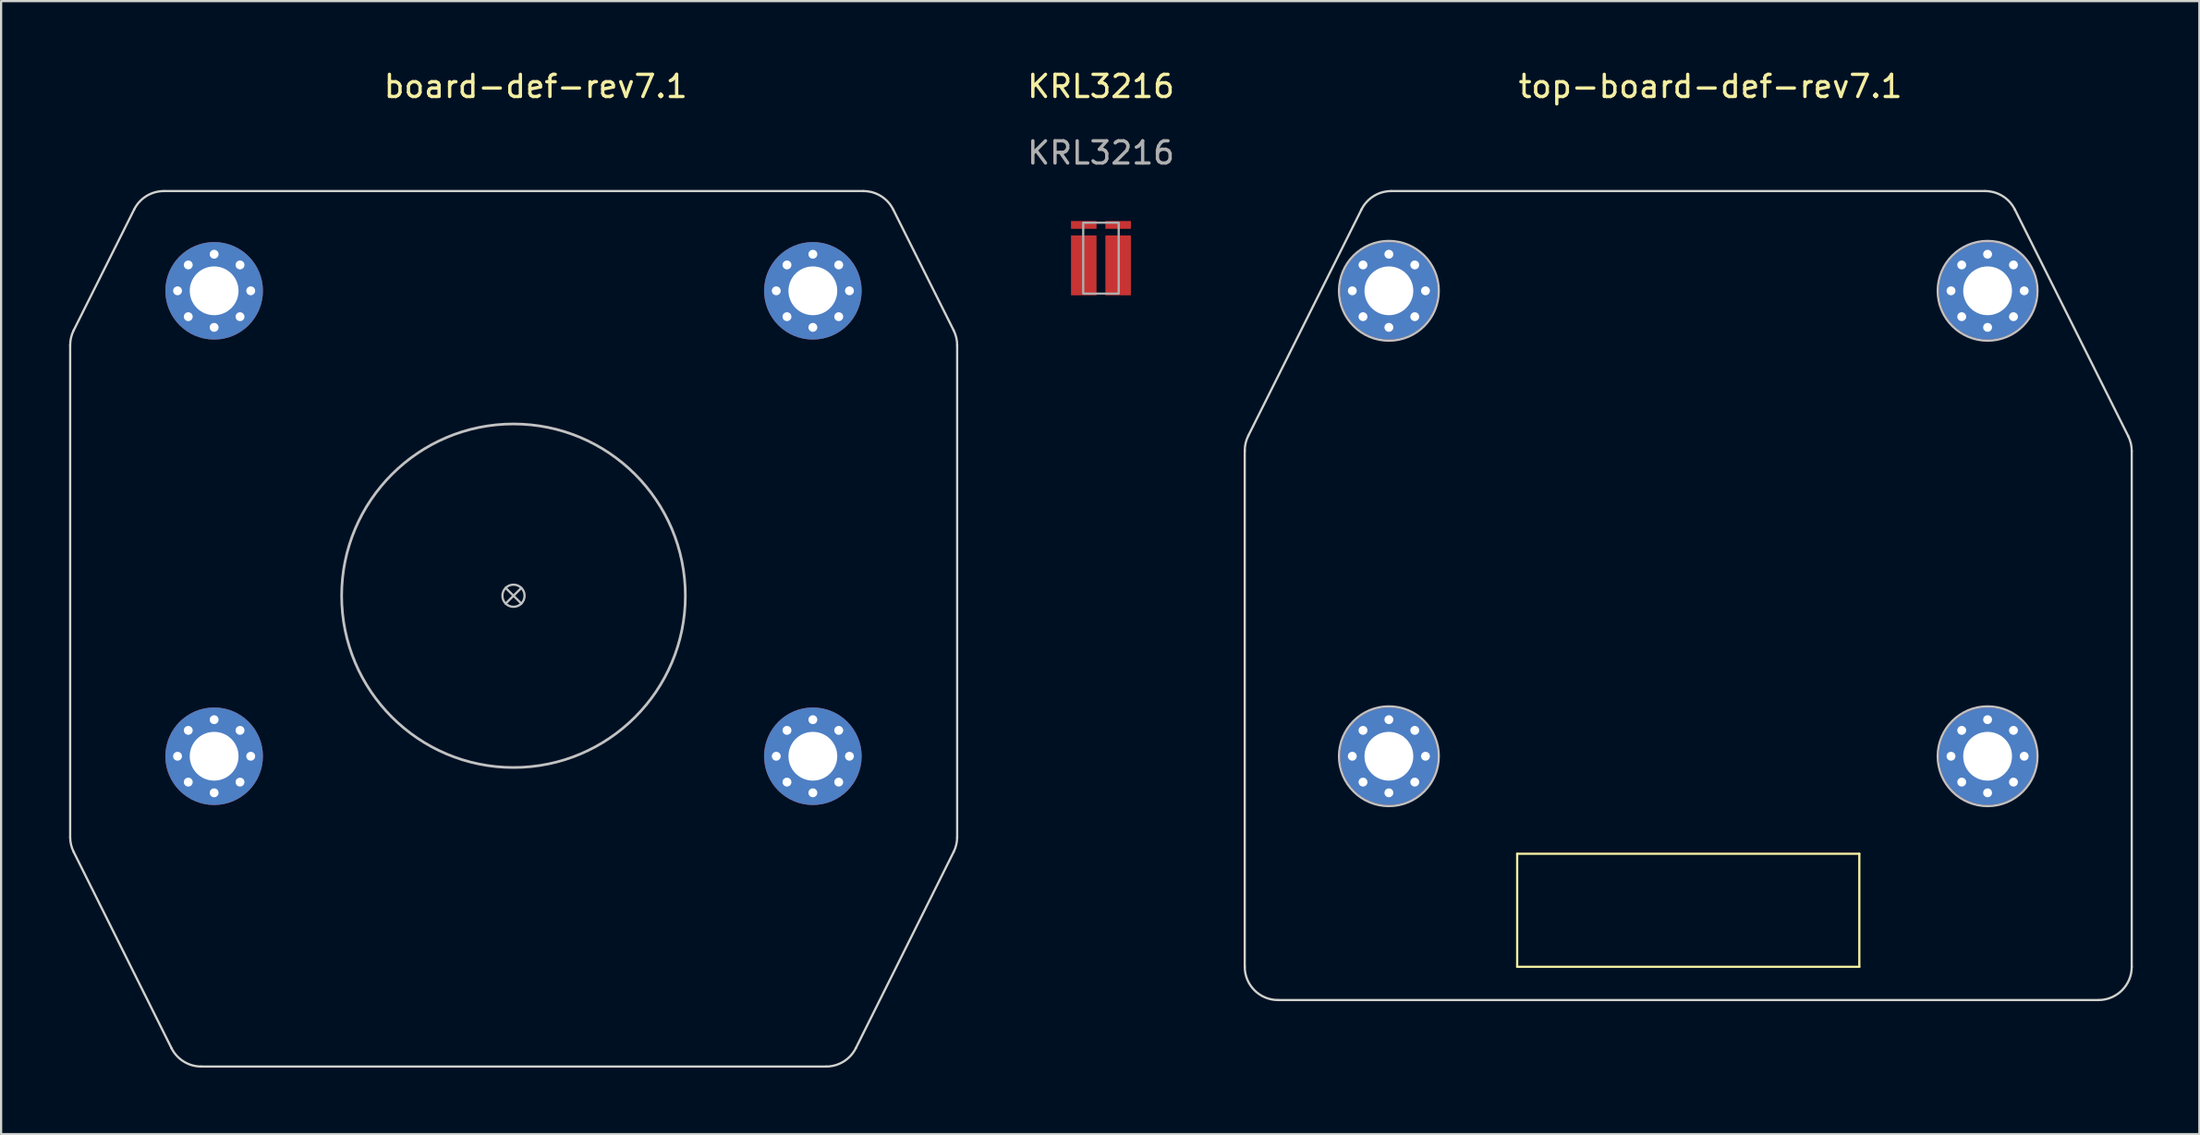
<source format=kicad_pcb>
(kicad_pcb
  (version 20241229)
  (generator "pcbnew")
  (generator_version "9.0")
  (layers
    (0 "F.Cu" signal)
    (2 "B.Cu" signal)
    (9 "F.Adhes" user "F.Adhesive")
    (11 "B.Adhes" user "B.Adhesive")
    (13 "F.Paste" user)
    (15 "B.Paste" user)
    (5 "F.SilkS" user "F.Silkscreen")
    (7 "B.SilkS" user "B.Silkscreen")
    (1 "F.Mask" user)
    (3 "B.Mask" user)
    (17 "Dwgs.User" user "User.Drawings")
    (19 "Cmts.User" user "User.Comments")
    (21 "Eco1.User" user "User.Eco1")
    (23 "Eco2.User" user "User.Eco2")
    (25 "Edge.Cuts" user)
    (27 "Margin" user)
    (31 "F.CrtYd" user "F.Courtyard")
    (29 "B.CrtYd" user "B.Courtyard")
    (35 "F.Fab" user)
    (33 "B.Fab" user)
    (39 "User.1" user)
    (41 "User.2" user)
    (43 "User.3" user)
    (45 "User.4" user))
  (footprint "top-board-def-rev7.1"
    (layer "F.Cu")
    (at 73.084 20.348)
    (property "Reference" "top-board-def-rev7.1" (at 1 -19.5 0) (unlocked yes) (layer "F.SilkS") (effects (font (size 1 1) (thickness 0.15))))
    (fp_line (start -7.715 15.123) (end 7.715 15.123) (stroke (width 0.1) (type solid)) (layer "F.SilkS"))
    (fp_line (start -7.715 20.223) (end -7.715 15.123) (stroke (width 0.1) (type solid)) (layer "F.SilkS"))
    (fp_line (start -7.715 20.223) (end 7.715 20.223) (stroke (width 0.1) (type solid)) (layer "F.SilkS"))
    (fp_line (start 7.715 20.223) (end 7.715 15.123) (stroke (width 0.1) (type solid)) (layer "F.SilkS"))
    (fp_circle (center -13.5 -10.277) (end -15.75 -10.277) (stroke (width 0.1) (type solid)) (fill no) (layer "Dwgs.User"))
    (fp_circle (center -13.5 10.723) (end -15.75 10.723) (stroke (width 0.1) (type solid)) (fill no) (layer "Dwgs.User"))
    (fp_circle (center 13.5 -10.277) (end 11.25 -10.277) (stroke (width 0.1) (type solid)) (fill no) (layer "Dwgs.User"))
    (fp_circle (center 13.5 10.723) (end 11.25 10.723) (stroke (width 0.1) (type solid)) (fill no) (layer "Dwgs.User"))
    (fp_line (start -20 -3.064) (end -20 20.223) (stroke (width 0.1) (type solid)) (layer "Edge.Cuts"))
    (fp_line (start -18.5 21.723) (end 18.5 21.723) (stroke (width 0.1) (type solid)) (layer "Edge.Cuts"))
    (fp_line (start -14.735 -13.948) (end -19.842 -3.735) (stroke (width 0.1) (type solid)) (layer "Edge.Cuts"))
    (fp_line (start 13.386 -14.777) (end -13.394 -14.777) (stroke (width 0.1) (type solid)) (layer "Edge.Cuts"))
    (fp_line (start 19.842 -3.72) (end 14.728 -13.948) (stroke (width 0.1) (type solid)) (layer "Edge.Cuts"))
    (fp_line (start 20 20.223) (end 20 -3.049) (stroke (width 0.1) (type solid)) (layer "Edge.Cuts"))
    (fp_arc (start -19.999997 -3.064164) (mid -19.95987 -3.408794) (end -19.841638 -3.734985) (stroke (width 0.1) (type solid)) (layer "Edge.Cuts"))
    (fp_arc (start -18.499992 21.723002) (mid -19.560647 21.283657) (end -19.999992 20.223002) (stroke (width 0.1) (type solid)) (layer "Edge.Cuts"))
    (fp_arc (start -14.735221 -13.94782) (mid -14.182176 -14.552975) (end -13.39358 -14.776999) (stroke (width 0.1) (type solid)) (layer "Edge.Cuts"))
    (fp_arc (start 13.38623 -14.777) (mid 14.174827 -14.552977) (end 14.727871 -13.94782) (stroke (width 0.1) (type solid)) (layer "Edge.Cuts"))
    (fp_arc (start 19.841641 -3.720279) (mid 19.959875 -3.394088) (end 20 -3.049458) (stroke (width 0.1) (type solid)) (layer "Edge.Cuts"))
    (fp_arc (start 20.000001 20.222989) (mid 19.560667 21.283653) (end 18.500002 21.722989) (stroke (width 0.1) (type solid)) (layer "Edge.Cuts"))
    (pad "1" thru_hole circle (at -15.15 -10.277) (size 0.7 0.7) (drill 0.4) (layers "*.Cu" "*.Mask"))
    (pad "1" thru_hole circle (at -15.15 10.723) (size 0.7 0.7) (drill 0.4) (layers "*.Cu" "*.Mask"))
    (pad "1" thru_hole circle (at -14.667 -11.444) (size 0.7 0.7) (drill 0.4) (layers "*.Cu" "*.Mask"))
    (pad "1" thru_hole circle (at -14.667 -9.11) (size 0.7 0.7) (drill 0.4) (layers "*.Cu" "*.Mask"))
    (pad "1" thru_hole circle (at -14.667 9.556) (size 0.7 0.7) (drill 0.4) (layers "*.Cu" "*.Mask"))
    (pad "1" thru_hole circle (at -14.667 11.89) (size 0.7 0.7) (drill 0.4) (layers "*.Cu" "*.Mask"))
    (pad "1" thru_hole circle (at -13.5 -11.927) (size 0.7 0.7) (drill 0.4) (layers "*.Cu" "*.Mask"))
    (pad "1" thru_hole circle (at -13.5 -10.277) (size 4.4 4.4) (drill 2.2) (layers "*.Cu" "*.Mask"))
    (pad "1" thru_hole circle (at -13.5 -8.627) (size 0.7 0.7) (drill 0.4) (layers "*.Cu" "*.Mask"))
    (pad "1" thru_hole circle (at -13.5 9.073) (size 0.7 0.7) (drill 0.4) (layers "*.Cu" "*.Mask"))
    (pad "1" thru_hole circle (at -13.5 10.723) (size 4.4 4.4) (drill 2.2) (layers "*.Cu" "*.Mask"))
    (pad "1" thru_hole circle (at -13.5 12.373) (size 0.7 0.7) (drill 0.4) (layers "*.Cu" "*.Mask"))
    (pad "1" thru_hole circle (at -12.333 -11.444) (size 0.7 0.7) (drill 0.4) (layers "*.Cu" "*.Mask"))
    (pad "1" thru_hole circle (at -12.333 -9.11) (size 0.7 0.7) (drill 0.4) (layers "*.Cu" "*.Mask"))
    (pad "1" thru_hole circle (at -12.333 9.556) (size 0.7 0.7) (drill 0.4) (layers "*.Cu" "*.Mask"))
    (pad "1" thru_hole circle (at -12.333 11.89) (size 0.7 0.7) (drill 0.4) (layers "*.Cu" "*.Mask"))
    (pad "1" thru_hole circle (at -11.85 -10.277) (size 0.7 0.7) (drill 0.4) (layers "*.Cu" "*.Mask"))
    (pad "1" thru_hole circle (at -11.85 10.723) (size 0.7 0.7) (drill 0.4) (layers "*.Cu" "*.Mask"))
    (pad "1" thru_hole circle (at 11.85 -10.277) (size 0.7 0.7) (drill 0.4) (layers "*.Cu" "*.Mask"))
    (pad "1" thru_hole circle (at 11.85 10.723) (size 0.7 0.7) (drill 0.4) (layers "*.Cu" "*.Mask"))
    (pad "1" thru_hole circle (at 12.333 -11.444) (size 0.7 0.7) (drill 0.4) (layers "*.Cu" "*.Mask"))
    (pad "1" thru_hole circle (at 12.333 -9.11) (size 0.7 0.7) (drill 0.4) (layers "*.Cu" "*.Mask"))
    (pad "1" thru_hole circle (at 12.333 9.556) (size 0.7 0.7) (drill 0.4) (layers "*.Cu" "*.Mask"))
    (pad "1" thru_hole circle (at 12.333 11.89) (size 0.7 0.7) (drill 0.4) (layers "*.Cu" "*.Mask"))
    (pad "1" thru_hole circle (at 13.5 -11.927) (size 0.7 0.7) (drill 0.4) (layers "*.Cu" "*.Mask"))
    (pad "1" thru_hole circle (at 13.5 -10.277) (size 4.4 4.4) (drill 2.2) (layers "*.Cu" "*.Mask"))
    (pad "1" thru_hole circle (at 13.5 -8.627) (size 0.7 0.7) (drill 0.4) (layers "*.Cu" "*.Mask"))
    (pad "1" thru_hole circle (at 13.5 9.073) (size 0.7 0.7) (drill 0.4) (layers "*.Cu" "*.Mask"))
    (pad "1" thru_hole circle (at 13.5 10.723) (size 4.4 4.4) (drill 2.2) (layers "*.Cu" "*.Mask"))
    (pad "1" thru_hole circle (at 13.5 12.373) (size 0.7 0.7) (drill 0.4) (layers "*.Cu" "*.Mask"))
    (pad "1" thru_hole circle (at 14.667 -11.444) (size 0.7 0.7) (drill 0.4) (layers "*.Cu" "*.Mask"))
    (pad "1" thru_hole circle (at 14.667 -9.11) (size 0.7 0.7) (drill 0.4) (layers "*.Cu" "*.Mask"))
    (pad "1" thru_hole circle (at 14.667 9.556) (size 0.7 0.7) (drill 0.4) (layers "*.Cu" "*.Mask"))
    (pad "1" thru_hole circle (at 14.667 11.89) (size 0.7 0.7) (drill 0.4) (layers "*.Cu" "*.Mask"))
    (pad "1" thru_hole circle (at 15.15 -10.277) (size 0.7 0.7) (drill 0.4) (layers "*.Cu" "*.Mask"))
    (pad "1" thru_hole circle (at 15.15 10.723) (size 0.7 0.7) (drill 0.4) (layers "*.Cu" "*.Mask")))
  (footprint "board-def-rev7.1"
    (layer "F.Cu")
    (at 20.107 20.348)
    (property "Reference" "board-def-rev7.1" (at 1 -19.5 0) (unlocked yes) (layer "F.SilkS") (effects (font (size 1 1) (thickness 0.15))))
    (fp_line (start -20.007 11.295) (end -20.007 -7.823) (stroke (width 0.2) (type solid)) (layer "B.Mask"))
    (fp_line (start -20.007 11.295) (end -14.409 12.836) (stroke (width 0.2) (type solid)) (layer "B.Mask"))
    (fp_line (start -19.97 -8.154) (end -15.565 -9.367) (stroke (width 0.2) (type solid)) (layer "B.Mask"))
    (fp_line (start -11.883 -8.72) (end -12.94 3.737) (stroke (width 0.2) (type solid)) (layer "B.Mask"))
    (fp_line (start 12.926 3.744) (end 11.875 -8.721) (stroke (width 0.2) (type solid)) (layer "B.Mask"))
    (fp_line (start 19.768 -7.802) (end 15.363 -9.015) (stroke (width 0.2) (type solid)) (layer "B.Mask"))
    (fp_line (start 19.805 11.647) (end 14.206 13.188) (stroke (width 0.2) (type solid)) (layer "B.Mask"))
    (fp_line (start 19.805 11.647) (end 19.805 -7.471) (stroke (width 0.2) (type solid)) (layer "B.Mask"))
    (fp_arc (start -20.007367 -7.822778) (mid -19.998088 -7.989363) (end -19.970368 -8.153888) (stroke (width 0.2) (type solid)) (layer "B.Mask"))
    (fp_arc (start -15.565013 -9.366647) (mid -13.118079 -12.492984) (end -11.88315 -8.719866) (stroke (width 0.2) (type solid)) (layer "B.Mask"))
    (fp_arc (start -12.371274 8.780971) (mid -12.904496 6.286895) (end -12.939686 3.736698) (stroke (width 0.2) (type solid)) (layer "B.Mask"))
    (fp_arc (start -12.371274 8.780971) (mid -11.445075 9.823387) (end -11.31099 11.21137) (stroke (width 0.2) (type solid)) (layer "B.Mask"))
    (fp_arc (start 11.296255 11.21137) (mid -0.007367 17.812337) (end -11.31099 11.21137) (stroke (width 0.2) (type solid)) (layer "B.Mask"))
    (fp_arc (start 11.296255 11.21137) (mid 11.43034 9.823387) (end 12.356538 8.780971) (stroke (width 0.2) (type solid)) (layer "B.Mask"))
    (fp_arc (start 11.874961 -8.720723) (mid 13.311026 -12.518972) (end 15.362595 -9.014683) (stroke (width 0.2) (type solid)) (layer "B.Mask"))
    (fp_arc (start 12.925527 3.743519) (mid 12.889376 6.290296) (end 12.356538 8.780971) (stroke (width 0.2) (type solid)) (layer "B.Mask"))
    (fp_arc (start 14.206318 13.188317) (mid -0.208363 21.31964) (end -14.420518 12.839303) (stroke (width 0.2) (type solid)) (layer "B.Mask"))
    (fp_arc (start 19.767952 -7.801924) (mid 19.795672 -7.637399) (end 19.80495 -7.470814) (stroke (width 0.2) (type solid)) (layer "B.Mask"))
    (fp_poly (pts (xy -19.97 -8.154) (xy -15.565 -9.367) (xy -11.883 -8.72) (xy -12.94 3.737) (xy -12.904 6.287) (xy -12.371 8.781) (xy -11.311 11.211) (xy -10.3 12.7) (xy -9.4 13.8) (xy -8.4 14.8) (xy -7.3 15.6) (xy -5.8 16.5) (xy -3.5 17.3) (xy -1.7 17.7) (xy -0.007 17.812) (xy 1.8 17.7) (xy 3.5 17.3) (xy 5.5 16.6) (xy 7.3 15.6) (xy 9.4 13.8) (xy 11.1 11.7) (xy 11.296 11.211) (xy 12.357 8.781) (xy 12.8 7) (xy 12.889 6.29) (xy 13 4.6) (xy 12.926 3.744) (xy 11.875 -8.721) (xy 15.363 -9.015) (xy 19.768 -7.802) (xy 19.805 11.647) (xy 14.206 13.188) (xy 12.7 15.3) (xy 11.2 16.9) (xy 9.2 18.5) (xy 6.4 20.1) (xy 2.7 21.1) (xy 1.4 21.3) (xy -0.8 21.3) (xy -4.9 20.6) (xy -7.9 19.3) (xy -10.4 17.6) (xy -12.3 15.8) (xy -13.7 14.1) (xy -14.409 12.836) (xy -20.007 11.295)) (stroke (width 0.001) (type solid)) (fill yes) (layer "B.Mask"))
    (fp_line (start -13.854 -10.63) (end -13.146 -9.923) (stroke (width 0.1) (type solid)) (layer "Dwgs.User"))
    (fp_line (start -13.854 10.37) (end -13.146 11.077) (stroke (width 0.1) (type solid)) (layer "Dwgs.User"))
    (fp_line (start -13.146 -10.63) (end -13.854 -9.923) (stroke (width 0.1) (type solid)) (layer "Dwgs.User"))
    (fp_line (start -13.146 10.37) (end -13.854 11.077) (stroke (width 0.1) (type solid)) (layer "Dwgs.User"))
    (fp_line (start -0.354 3.127) (end 0.354 3.835) (stroke (width 0.1) (type solid)) (layer "Dwgs.User"))
    (fp_line (start -0.354 3.835) (end 0.354 3.127) (stroke (width 0.1) (type solid)) (layer "Dwgs.User"))
    (fp_line (start 13.146 -10.63) (end 13.854 -9.923) (stroke (width 0.1) (type solid)) (layer "Dwgs.User"))
    (fp_line (start 13.146 10.37) (end 13.854 11.077) (stroke (width 0.1) (type solid)) (layer "Dwgs.User"))
    (fp_line (start 13.854 -10.63) (end 13.146 -9.923) (stroke (width 0.1) (type solid)) (layer "Dwgs.User"))
    (fp_line (start 13.854 10.37) (end 13.146 11.077) (stroke (width 0.1) (type solid)) (layer "Dwgs.User"))
    (fp_circle (center -13.5 -10.277) (end -13 -10.277) (stroke (width 0.1) (type solid)) (fill no) (layer "Dwgs.User"))
    (fp_circle (center -13.5 10.723) (end -13 10.723) (stroke (width 0.1) (type solid)) (fill no) (layer "Dwgs.User"))
    (fp_circle (center -0.000001 3.481) (end 0.5 3.481) (stroke (width 0.1) (type solid)) (fill no) (layer "Dwgs.User"))
    (fp_circle (center 0 3.481) (end 7.75 3.481) (stroke (width 0.12) (type solid)) (fill no) (layer "Dwgs.User"))
    (fp_circle (center 13.5 -10.277) (end 14 -10.277) (stroke (width 0.1) (type solid)) (fill no) (layer "Dwgs.User"))
    (fp_circle (center 13.5 10.723) (end 14 10.723) (stroke (width 0.1) (type solid)) (fill no) (layer "Dwgs.User"))
    (fp_line (start -19.993 14.384) (end -19.993 -7.823) (stroke (width 0.1) (type solid)) (layer "Edge.Cuts"))
    (fp_line (start -19.835 15.039) (end -15.424 23.892) (stroke (width 0.1) (type solid)) (layer "Edge.Cuts"))
    (fp_line (start -19.834 -8.494) (end -17.107 -13.948) (stroke (width 0.1) (type solid)) (layer "Edge.Cuts"))
    (fp_line (start 14.097 24.723) (end -14.082 24.723) (stroke (width 0.1) (type solid)) (layer "Edge.Cuts"))
    (fp_line (start 15.78 -14.777) (end -15.766 -14.777) (stroke (width 0.1) (type solid)) (layer "Edge.Cuts"))
    (fp_line (start 19.849 -8.494) (end 17.122 -13.948) (stroke (width 0.1) (type solid)) (layer "Edge.Cuts"))
    (fp_line (start 19.85 15.039) (end 15.439 23.892) (stroke (width 0.1) (type solid)) (layer "Edge.Cuts"))
    (fp_line (start 20.007 14.384) (end 20.007 -7.823) (stroke (width 0.1) (type solid)) (layer "Edge.Cuts"))
    (fp_arc (start -19.992633 -7.822813) (mid -19.952509 -8.167446) (end -19.834268 -8.493638) (stroke (width 0.1) (type solid)) (layer "Edge.Cuts"))
    (fp_arc (start -19.835295 15.03887) (mid -19.951189 14.720384) (end -19.992635 14.384011) (stroke (width 0.1) (type solid)) (layer "Edge.Cuts"))
    (fp_arc (start -17.107215 -13.947739) (mid -16.554183 -14.552913) (end -15.765575 -14.776917) (stroke (width 0.1) (type solid)) (layer "Edge.Cuts"))
    (fp_arc (start -14.081896 24.723068) (mid -14.871403 24.498486) (end -15.424491 23.891977) (stroke (width 0.1) (type solid)) (layer "Edge.Cuts"))
    (fp_arc (start 15.439218 23.89198) (mid 14.886126 24.498481) (end 14.096624 24.723071) (stroke (width 0.1) (type solid)) (layer "Edge.Cuts"))
    (fp_arc (start 15.780309 -14.776914) (mid 16.568898 -14.552881) (end 17.121949 -13.947736) (stroke (width 0.1) (type solid)) (layer "Edge.Cuts"))
    (fp_arc (start 19.849001 -8.493635) (mid 19.967238 -8.167426) (end 20.007366 -7.822779) (stroke (width 0.1) (type solid)) (layer "Edge.Cuts"))
    (fp_arc (start 20.007364 14.384014) (mid 19.965922 14.720388) (end 19.850025 15.038873) (stroke (width 0.1) (type solid)) (layer "Edge.Cuts"))
    (pad "1" thru_hole circle (at -15.15 -10.277) (size 0.7 0.7) (drill 0.4) (layers "*.Cu" "*.Mask"))
    (pad "1" thru_hole circle (at -15.15 10.723) (size 0.7 0.7) (drill 0.4) (layers "*.Cu" "*.Mask"))
    (pad "1" thru_hole circle (at -14.667 -11.444) (size 0.7 0.7) (drill 0.4) (layers "*.Cu" "*.Mask"))
    (pad "1" thru_hole circle (at -14.667 -9.11) (size 0.7 0.7) (drill 0.4) (layers "*.Cu" "*.Mask"))
    (pad "1" thru_hole circle (at -14.667 9.556) (size 0.7 0.7) (drill 0.4) (layers "*.Cu" "*.Mask"))
    (pad "1" thru_hole circle (at -14.667 11.89) (size 0.7 0.7) (drill 0.4) (layers "*.Cu" "*.Mask"))
    (pad "1" thru_hole circle (at -13.5 -11.927) (size 0.7 0.7) (drill 0.4) (layers "*.Cu" "*.Mask"))
    (pad "1" thru_hole circle (at -13.5 -10.277) (size 4.4 4.4) (drill 2.2) (layers "*.Cu" "*.Mask"))
    (pad "1" thru_hole circle (at -13.5 -8.627) (size 0.7 0.7) (drill 0.4) (layers "*.Cu" "*.Mask"))
    (pad "1" thru_hole circle (at -13.5 9.073) (size 0.7 0.7) (drill 0.4) (layers "*.Cu" "*.Mask"))
    (pad "1" thru_hole circle (at -13.5 10.723) (size 4.4 4.4) (drill 2.2) (layers "*.Cu" "*.Mask"))
    (pad "1" thru_hole circle (at -13.5 12.373) (size 0.7 0.7) (drill 0.4) (layers "*.Cu" "*.Mask"))
    (pad "1" thru_hole circle (at -12.333 -11.444) (size 0.7 0.7) (drill 0.4) (layers "*.Cu" "*.Mask"))
    (pad "1" thru_hole circle (at -12.333 -9.11) (size 0.7 0.7) (drill 0.4) (layers "*.Cu" "*.Mask"))
    (pad "1" thru_hole circle (at -12.333 9.556) (size 0.7 0.7) (drill 0.4) (layers "*.Cu" "*.Mask"))
    (pad "1" thru_hole circle (at -12.333 11.89) (size 0.7 0.7) (drill 0.4) (layers "*.Cu" "*.Mask"))
    (pad "1" thru_hole circle (at -11.85 -10.277) (size 0.7 0.7) (drill 0.4) (layers "*.Cu" "*.Mask"))
    (pad "1" thru_hole circle (at -11.85 10.723) (size 0.7 0.7) (drill 0.4) (layers "*.Cu" "*.Mask"))
    (pad "1" thru_hole circle (at 11.85 -10.277) (size 0.7 0.7) (drill 0.4) (layers "*.Cu" "*.Mask"))
    (pad "1" thru_hole circle (at 11.85 10.723) (size 0.7 0.7) (drill 0.4) (layers "*.Cu" "*.Mask"))
    (pad "1" thru_hole circle (at 12.333 -11.444) (size 0.7 0.7) (drill 0.4) (layers "*.Cu" "*.Mask"))
    (pad "1" thru_hole circle (at 12.333 -9.11) (size 0.7 0.7) (drill 0.4) (layers "*.Cu" "*.Mask"))
    (pad "1" thru_hole circle (at 12.333 9.556) (size 0.7 0.7) (drill 0.4) (layers "*.Cu" "*.Mask"))
    (pad "1" thru_hole circle (at 12.333 11.89) (size 0.7 0.7) (drill 0.4) (layers "*.Cu" "*.Mask"))
    (pad "1" thru_hole circle (at 13.5 -11.927) (size 0.7 0.7) (drill 0.4) (layers "*.Cu" "*.Mask"))
    (pad "1" thru_hole circle (at 13.5 -10.277) (size 4.4 4.4) (drill 2.2) (layers "*.Cu" "*.Mask"))
    (pad "1" thru_hole circle (at 13.5 -8.627) (size 0.7 0.7) (drill 0.4) (layers "*.Cu" "*.Mask"))
    (pad "1" thru_hole circle (at 13.5 9.073) (size 0.7 0.7) (drill 0.4) (layers "*.Cu" "*.Mask"))
    (pad "1" thru_hole circle (at 13.5 10.723) (size 4.4 4.4) (drill 2.2) (layers "*.Cu" "*.Mask"))
    (pad "1" thru_hole circle (at 13.5 12.373) (size 0.7 0.7) (drill 0.4) (layers "*.Cu" "*.Mask"))
    (pad "1" thru_hole circle (at 14.667 -11.444) (size 0.7 0.7) (drill 0.4) (layers "*.Cu" "*.Mask"))
    (pad "1" thru_hole circle (at 14.667 -9.11) (size 0.7 0.7) (drill 0.4) (layers "*.Cu" "*.Mask"))
    (pad "1" thru_hole circle (at 14.667 9.556) (size 0.7 0.7) (drill 0.4) (layers "*.Cu" "*.Mask"))
    (pad "1" thru_hole circle (at 14.667 11.89) (size 0.7 0.7) (drill 0.4) (layers "*.Cu" "*.Mask"))
    (pad "1" thru_hole circle (at 15.15 -10.277) (size 0.7 0.7) (drill 0.4) (layers "*.Cu" "*.Mask"))
    (pad "1" thru_hole circle (at 15.15 10.723) (size 0.7 0.7) (drill 0.4) (layers "*.Cu" "*.Mask")))
  (footprint "KRL3216"
    (layer "F.Cu")
    (at 46.599 8.598)
    (property "Reference" "KRL3216" (at 0 -7.75 0) (unlocked yes) (layer "F.SilkS") (effects (font (size 1 1) (thickness 0.15))))
    (attr smd)
    (fp_rect (start -0.8 -1.6) (end 0.8 1.6) (stroke (width 0.1) (type solid)) (fill no) (layer "F.Fab"))
    (fp_text user "${REFERENCE}" (at 0 -4.75 0) (unlocked yes) (layer "F.Fab") (effects (font (size 1 1) (thickness 0.15))))
    (pad "1" smd rect (at 0.775 0.325) (size 1.15 2.7) (layers "F.Cu" "F.Mask" "F.Paste"))
    (pad "2" smd rect (at 0.775 -1.5) (size 1.15 0.35) (layers "F.Cu" "F.Mask" "F.Paste"))
    (pad "3" smd rect (at -0.775 -1.5) (size 1.15 0.35) (layers "F.Cu" "F.Mask" "F.Paste"))
    (pad "4" smd rect (at -0.775 0.325) (size 1.15 2.7) (layers "F.Cu" "F.Mask" "F.Paste")))
  (gr_rect
    (start -3 -3)
    (end 96.134 48.121)
    (stroke (width 0.1) (type default))
    (fill no)
    (layer "Edge.Cuts")))
</source>
